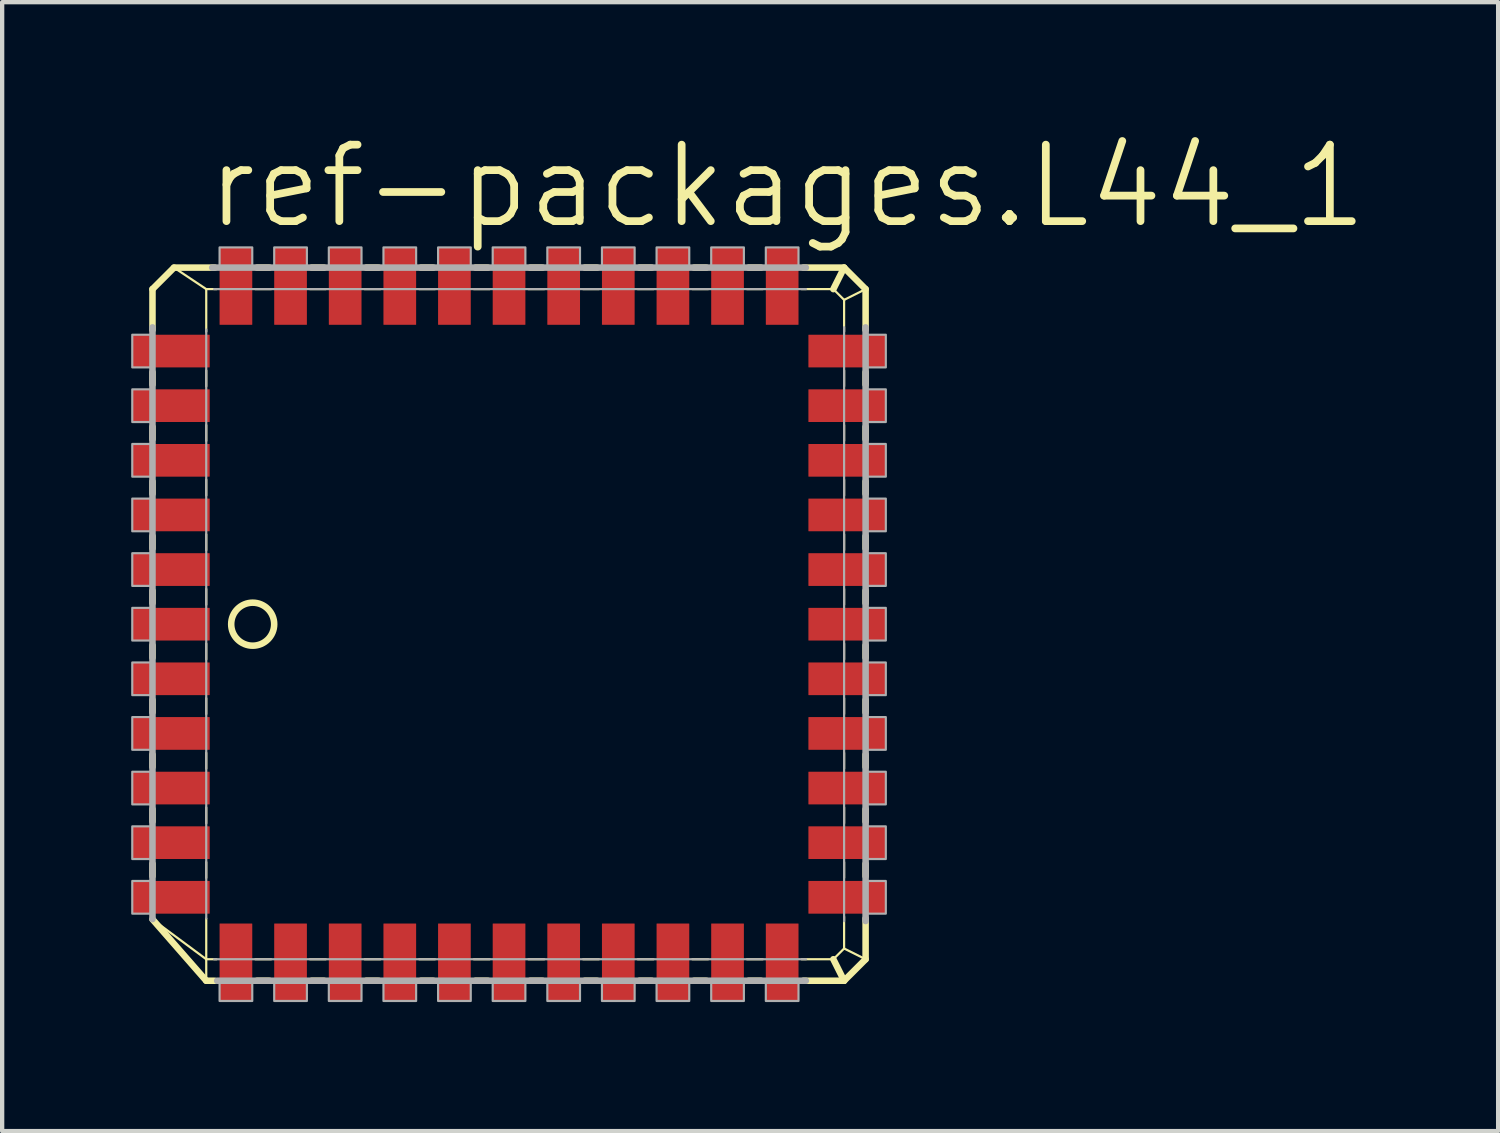
<source format=kicad_pcb>
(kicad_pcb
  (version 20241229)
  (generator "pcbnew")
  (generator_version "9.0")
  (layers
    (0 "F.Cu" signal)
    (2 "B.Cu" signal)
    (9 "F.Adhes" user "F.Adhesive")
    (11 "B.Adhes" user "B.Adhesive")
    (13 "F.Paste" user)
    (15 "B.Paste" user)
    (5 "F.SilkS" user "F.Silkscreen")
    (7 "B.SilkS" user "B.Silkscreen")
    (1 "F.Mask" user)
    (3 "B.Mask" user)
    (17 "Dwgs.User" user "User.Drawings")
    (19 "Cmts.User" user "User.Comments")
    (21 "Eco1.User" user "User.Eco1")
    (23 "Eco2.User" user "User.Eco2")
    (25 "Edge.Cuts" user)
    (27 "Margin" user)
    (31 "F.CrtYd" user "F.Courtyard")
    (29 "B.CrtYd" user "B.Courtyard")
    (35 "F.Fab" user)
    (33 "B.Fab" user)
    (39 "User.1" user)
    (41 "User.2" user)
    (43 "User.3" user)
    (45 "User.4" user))
  (footprint "ref-packages.L44_1"
    (layer "F.Cu")
    (at 8.785 11.462)
    (property "Reference" "ref-packages.L44_1" (at -7.112 -9.144 0) (layer "F.SilkS") (effects (font (size 1.778 1.778) (thickness 0.18)) (justify left bottom)))
    (attr smd)
    (fp_line (start -8.29 -7.79) (end -7.79 -8.29) (stroke (width 0.152) (type default)) (layer "F.SilkS"))
    (fp_line (start -8.29 -6.841) (end -8.29 -7.79) (stroke (width 0.152) (type default)) (layer "F.SilkS"))
    (fp_line (start -8.29 -5.571) (end -8.29 -5.859) (stroke (width 0.152) (type default)) (layer "F.SilkS"))
    (fp_line (start -8.29 -4.301) (end -8.29 -4.589) (stroke (width 0.152) (type default)) (layer "F.SilkS"))
    (fp_line (start -8.29 -3.031) (end -8.29 -3.319) (stroke (width 0.152) (type default)) (layer "F.SilkS"))
    (fp_line (start -8.29 -1.761) (end -8.29 -2.049) (stroke (width 0.152) (type default)) (layer "F.SilkS"))
    (fp_line (start -8.29 -0.491) (end -8.29 -0.779) (stroke (width 0.152) (type default)) (layer "F.SilkS"))
    (fp_line (start -8.29 0.779) (end -8.29 0.491) (stroke (width 0.152) (type default)) (layer "F.SilkS"))
    (fp_line (start -8.29 2.049) (end -8.29 1.761) (stroke (width 0.152) (type default)) (layer "F.SilkS"))
    (fp_line (start -8.29 3.319) (end -8.29 3.031) (stroke (width 0.152) (type default)) (layer "F.SilkS"))
    (fp_line (start -8.29 4.589) (end -8.29 4.301) (stroke (width 0.152) (type default)) (layer "F.SilkS"))
    (fp_line (start -8.29 5.859) (end -8.29 5.571) (stroke (width 0.152) (type default)) (layer "F.SilkS"))
    (fp_line (start -7.79 -8.29) (end -7.04 -7.79) (stroke (width 0.051) (type default)) (layer "F.SilkS"))
    (fp_line (start -7.79 -8.29) (end -6.841 -8.29) (stroke (width 0.152) (type default)) (layer "F.SilkS"))
    (fp_line (start -7.04 -7.79) (end -6.801 -7.79) (stroke (width 0.051) (type default)) (layer "F.SilkS"))
    (fp_line (start -7.04 -6.801) (end -7.04 -7.79) (stroke (width 0.051) (type default)) (layer "F.SilkS"))
    (fp_line (start -7.04 -5.531) (end -7.04 -5.899) (stroke (width 0.051) (type default)) (layer "F.SilkS"))
    (fp_line (start -7.04 -4.261) (end -7.04 -4.629) (stroke (width 0.051) (type default)) (layer "F.SilkS"))
    (fp_line (start -7.04 -2.991) (end -7.04 -3.359) (stroke (width 0.051) (type default)) (layer "F.SilkS"))
    (fp_line (start -7.04 -1.721) (end -7.04 -2.089) (stroke (width 0.051) (type default)) (layer "F.SilkS"))
    (fp_line (start -7.04 -0.451) (end -7.04 -0.819) (stroke (width 0.051) (type default)) (layer "F.SilkS"))
    (fp_line (start -7.04 0.819) (end -7.04 0.451) (stroke (width 0.051) (type default)) (layer "F.SilkS"))
    (fp_line (start -7.04 2.089) (end -7.04 1.721) (stroke (width 0.051) (type default)) (layer "F.SilkS"))
    (fp_line (start -7.04 3.359) (end -7.04 2.991) (stroke (width 0.051) (type default)) (layer "F.SilkS"))
    (fp_line (start -7.04 4.629) (end -7.04 4.261) (stroke (width 0.051) (type default)) (layer "F.SilkS"))
    (fp_line (start -7.04 5.899) (end -7.04 5.531) (stroke (width 0.051) (type default)) (layer "F.SilkS"))
    (fp_line (start -7.04 7.79) (end -8.279 6.872) (stroke (width 0.051) (type default)) (layer "F.SilkS"))
    (fp_line (start -7.04 7.79) (end -7.04 6.841) (stroke (width 0.051) (type default)) (layer "F.SilkS"))
    (fp_line (start -7.04 8.29) (end -8.29 6.861) (stroke (width 0.152) (type default)) (layer "F.SilkS"))
    (fp_line (start -7.04 8.29) (end -7.04 7.79) (stroke (width 0.051) (type default)) (layer "F.SilkS"))
    (fp_line (start -6.841 8.29) (end -7.04 8.29) (stroke (width 0.152) (type default)) (layer "F.SilkS"))
    (fp_line (start -6.801 7.79) (end -7.04 7.79) (stroke (width 0.051) (type default)) (layer "F.SilkS"))
    (fp_line (start -5.899 -7.79) (end -5.531 -7.79) (stroke (width 0.051) (type default)) (layer "F.SilkS"))
    (fp_line (start -5.859 -8.29) (end -5.571 -8.29) (stroke (width 0.152) (type default)) (layer "F.SilkS"))
    (fp_line (start -5.571 8.29) (end -5.859 8.29) (stroke (width 0.152) (type default)) (layer "F.SilkS"))
    (fp_line (start -5.531 7.79) (end -5.899 7.79) (stroke (width 0.051) (type default)) (layer "F.SilkS"))
    (fp_line (start -4.629 -7.79) (end -4.261 -7.79) (stroke (width 0.051) (type default)) (layer "F.SilkS"))
    (fp_line (start -4.589 -8.29) (end -4.301 -8.29) (stroke (width 0.152) (type default)) (layer "F.SilkS"))
    (fp_line (start -4.301 8.29) (end -4.589 8.29) (stroke (width 0.152) (type default)) (layer "F.SilkS"))
    (fp_line (start -4.261 7.79) (end -4.629 7.79) (stroke (width 0.051) (type default)) (layer "F.SilkS"))
    (fp_line (start -3.359 -7.79) (end -2.991 -7.79) (stroke (width 0.051) (type default)) (layer "F.SilkS"))
    (fp_line (start -3.319 -8.29) (end -3.031 -8.29) (stroke (width 0.152) (type default)) (layer "F.SilkS"))
    (fp_line (start -3.031 8.29) (end -3.319 8.29) (stroke (width 0.152) (type default)) (layer "F.SilkS"))
    (fp_line (start -2.991 7.79) (end -3.359 7.79) (stroke (width 0.051) (type default)) (layer "F.SilkS"))
    (fp_line (start -2.089 -7.79) (end -1.721 -7.79) (stroke (width 0.051) (type default)) (layer "F.SilkS"))
    (fp_line (start -2.049 -8.29) (end -1.761 -8.29) (stroke (width 0.152) (type default)) (layer "F.SilkS"))
    (fp_line (start -1.761 8.29) (end -2.049 8.29) (stroke (width 0.152) (type default)) (layer "F.SilkS"))
    (fp_line (start -1.721 7.79) (end -2.089 7.79) (stroke (width 0.051) (type default)) (layer "F.SilkS"))
    (fp_line (start -0.819 -7.79) (end -0.451 -7.79) (stroke (width 0.051) (type default)) (layer "F.SilkS"))
    (fp_line (start -0.779 -8.29) (end -0.491 -8.29) (stroke (width 0.152) (type default)) (layer "F.SilkS"))
    (fp_line (start -0.491 8.29) (end -0.779 8.29) (stroke (width 0.152) (type default)) (layer "F.SilkS"))
    (fp_line (start -0.451 7.79) (end -0.819 7.79) (stroke (width 0.051) (type default)) (layer "F.SilkS"))
    (fp_line (start 0.451 -7.79) (end 0.819 -7.79) (stroke (width 0.051) (type default)) (layer "F.SilkS"))
    (fp_line (start 0.491 -8.29) (end 0.779 -8.29) (stroke (width 0.152) (type default)) (layer "F.SilkS"))
    (fp_line (start 0.779 8.29) (end 0.491 8.29) (stroke (width 0.152) (type default)) (layer "F.SilkS"))
    (fp_line (start 0.819 7.79) (end 0.451 7.79) (stroke (width 0.051) (type default)) (layer "F.SilkS"))
    (fp_line (start 1.721 -7.79) (end 2.089 -7.79) (stroke (width 0.051) (type default)) (layer "F.SilkS"))
    (fp_line (start 1.761 -8.29) (end 2.049 -8.29) (stroke (width 0.152) (type default)) (layer "F.SilkS"))
    (fp_line (start 2.049 8.29) (end 1.761 8.29) (stroke (width 0.152) (type default)) (layer "F.SilkS"))
    (fp_line (start 2.089 7.79) (end 1.721 7.79) (stroke (width 0.051) (type default)) (layer "F.SilkS"))
    (fp_line (start 2.991 -7.79) (end 3.359 -7.79) (stroke (width 0.051) (type default)) (layer "F.SilkS"))
    (fp_line (start 3.031 -8.29) (end 3.319 -8.29) (stroke (width 0.152) (type default)) (layer "F.SilkS"))
    (fp_line (start 3.319 8.29) (end 3.031 8.29) (stroke (width 0.152) (type default)) (layer "F.SilkS"))
    (fp_line (start 3.359 7.79) (end 2.991 7.79) (stroke (width 0.051) (type default)) (layer "F.SilkS"))
    (fp_line (start 4.261 -7.79) (end 4.629 -7.79) (stroke (width 0.051) (type default)) (layer "F.SilkS"))
    (fp_line (start 4.301 -8.29) (end 4.589 -8.29) (stroke (width 0.152) (type default)) (layer "F.SilkS"))
    (fp_line (start 4.589 8.29) (end 4.301 8.29) (stroke (width 0.152) (type default)) (layer "F.SilkS"))
    (fp_line (start 4.629 7.79) (end 4.261 7.79) (stroke (width 0.051) (type default)) (layer "F.SilkS"))
    (fp_line (start 5.531 -7.79) (end 5.899 -7.79) (stroke (width 0.051) (type default)) (layer "F.SilkS"))
    (fp_line (start 5.571 -8.29) (end 5.859 -8.29) (stroke (width 0.152) (type default)) (layer "F.SilkS"))
    (fp_line (start 5.859 8.29) (end 5.571 8.29) (stroke (width 0.152) (type default)) (layer "F.SilkS"))
    (fp_line (start 5.899 7.79) (end 5.531 7.79) (stroke (width 0.051) (type default)) (layer "F.SilkS"))
    (fp_line (start 6.801 -7.79) (end 7.54 -7.79) (stroke (width 0.051) (type default)) (layer "F.SilkS"))
    (fp_line (start 6.841 -8.29) (end 7.79 -8.29) (stroke (width 0.152) (type default)) (layer "F.SilkS"))
    (fp_line (start 7.54 -7.79) (end 7.79 -8.29) (stroke (width 0.152) (type default)) (layer "F.SilkS"))
    (fp_line (start 7.54 -7.79) (end 7.79 -7.54) (stroke (width 0.051) (type default)) (layer "F.SilkS"))
    (fp_line (start 7.54 7.79) (end 6.801 7.79) (stroke (width 0.051) (type default)) (layer "F.SilkS"))
    (fp_line (start 7.79 -8.29) (end 8.29 -7.79) (stroke (width 0.152) (type default)) (layer "F.SilkS"))
    (fp_line (start 7.79 -7.54) (end 7.79 -6.801) (stroke (width 0.051) (type default)) (layer "F.SilkS"))
    (fp_line (start 7.79 -7.54) (end 8.29 -7.79) (stroke (width 0.051) (type default)) (layer "F.SilkS"))
    (fp_line (start 7.79 -5.899) (end 7.79 -5.531) (stroke (width 0.051) (type default)) (layer "F.SilkS"))
    (fp_line (start 7.79 -4.629) (end 7.79 -4.261) (stroke (width 0.051) (type default)) (layer "F.SilkS"))
    (fp_line (start 7.79 -3.359) (end 7.79 -2.991) (stroke (width 0.051) (type default)) (layer "F.SilkS"))
    (fp_line (start 7.79 -2.089) (end 7.79 -1.721) (stroke (width 0.051) (type default)) (layer "F.SilkS"))
    (fp_line (start 7.79 -0.819) (end 7.79 -0.451) (stroke (width 0.051) (type default)) (layer "F.SilkS"))
    (fp_line (start 7.79 0.451) (end 7.79 0.819) (stroke (width 0.051) (type default)) (layer "F.SilkS"))
    (fp_line (start 7.79 1.721) (end 7.79 2.089) (stroke (width 0.051) (type default)) (layer "F.SilkS"))
    (fp_line (start 7.79 2.991) (end 7.79 3.359) (stroke (width 0.051) (type default)) (layer "F.SilkS"))
    (fp_line (start 7.79 4.261) (end 7.79 4.629) (stroke (width 0.051) (type default)) (layer "F.SilkS"))
    (fp_line (start 7.79 5.531) (end 7.79 5.899) (stroke (width 0.051) (type default)) (layer "F.SilkS"))
    (fp_line (start 7.79 6.801) (end 7.79 7.54) (stroke (width 0.051) (type default)) (layer "F.SilkS"))
    (fp_line (start 7.79 7.54) (end 7.54 7.79) (stroke (width 0.051) (type default)) (layer "F.SilkS"))
    (fp_line (start 7.79 8.29) (end 6.841 8.29) (stroke (width 0.152) (type default)) (layer "F.SilkS"))
    (fp_line (start 7.79 8.29) (end 7.54 7.79) (stroke (width 0.152) (type default)) (layer "F.SilkS"))
    (fp_line (start 8.29 -7.79) (end 8.29 -6.841) (stroke (width 0.152) (type default)) (layer "F.SilkS"))
    (fp_line (start 8.29 -5.859) (end 8.29 -5.571) (stroke (width 0.152) (type default)) (layer "F.SilkS"))
    (fp_line (start 8.29 -4.589) (end 8.29 -4.301) (stroke (width 0.152) (type default)) (layer "F.SilkS"))
    (fp_line (start 8.29 -3.319) (end 8.29 -3.031) (stroke (width 0.152) (type default)) (layer "F.SilkS"))
    (fp_line (start 8.29 -2.049) (end 8.29 -1.761) (stroke (width 0.152) (type default)) (layer "F.SilkS"))
    (fp_line (start 8.29 -0.779) (end 8.29 -0.491) (stroke (width 0.152) (type default)) (layer "F.SilkS"))
    (fp_line (start 8.29 0.491) (end 8.29 0.779) (stroke (width 0.152) (type default)) (layer "F.SilkS"))
    (fp_line (start 8.29 1.761) (end 8.29 2.049) (stroke (width 0.152) (type default)) (layer "F.SilkS"))
    (fp_line (start 8.29 3.031) (end 8.29 3.319) (stroke (width 0.152) (type default)) (layer "F.SilkS"))
    (fp_line (start 8.29 4.301) (end 8.29 4.589) (stroke (width 0.152) (type default)) (layer "F.SilkS"))
    (fp_line (start 8.29 5.571) (end 8.29 5.859) (stroke (width 0.152) (type default)) (layer "F.SilkS"))
    (fp_line (start 8.29 6.841) (end 8.29 7.79) (stroke (width 0.152) (type default)) (layer "F.SilkS"))
    (fp_line (start 8.29 7.79) (end 7.79 7.54) (stroke (width 0.051) (type default)) (layer "F.SilkS"))
    (fp_line (start 8.29 7.79) (end 7.79 8.29) (stroke (width 0.152) (type default)) (layer "F.SilkS"))
    (fp_circle (center -5.96 0) (end -5.46 0) (stroke (width 0.152) (type default)) (fill no) (layer "F.SilkS"))
    (fp_line (start -8.29 6.857) (end -8.29 -6.901) (stroke (width 0.152) (type default)) (layer "F.Fab"))
    (fp_line (start -7.04 6.84) (end -7.04 -6.85) (stroke (width 0.051) (type default)) (layer "F.Fab"))
    (fp_line (start -6.901 -8.29) (end 6.901 -8.29) (stroke (width 0.152) (type default)) (layer "F.Fab"))
    (fp_line (start -6.858 -7.79) (end 6.905 -7.79) (stroke (width 0.051) (type default)) (layer "F.Fab"))
    (fp_line (start 6.901 8.29) (end -6.786 8.29) (stroke (width 0.152) (type default)) (layer "F.Fab"))
    (fp_line (start 6.905 7.79) (end -6.858 7.79) (stroke (width 0.051) (type default)) (layer "F.Fab"))
    (fp_line (start 7.79 -6.905) (end 7.79 6.905) (stroke (width 0.051) (type default)) (layer "F.Fab"))
    (fp_line (start 8.29 -6.901) (end 8.29 6.901) (stroke (width 0.152) (type default)) (layer "F.Fab"))
    (fp_rect (start -8.76 -5.97) (end -8.29 -6.73) (stroke (width 0.05) (type default)) (fill no) (layer "F.Fab"))
    (fp_rect (start -8.76 -4.7) (end -8.29 -5.46) (stroke (width 0.05) (type default)) (fill no) (layer "F.Fab"))
    (fp_rect (start -8.76 -3.43) (end -8.29 -4.19) (stroke (width 0.05) (type default)) (fill no) (layer "F.Fab"))
    (fp_rect (start -8.76 -2.16) (end -8.29 -2.92) (stroke (width 0.05) (type default)) (fill no) (layer "F.Fab"))
    (fp_rect (start -8.76 -0.89) (end -8.29 -1.65) (stroke (width 0.05) (type default)) (fill no) (layer "F.Fab"))
    (fp_rect (start -8.76 0.38) (end -8.29 -0.38) (stroke (width 0.05) (type default)) (fill no) (layer "F.Fab"))
    (fp_rect (start -8.76 1.65) (end -8.29 0.89) (stroke (width 0.05) (type default)) (fill no) (layer "F.Fab"))
    (fp_rect (start -8.76 2.92) (end -8.29 2.16) (stroke (width 0.05) (type default)) (fill no) (layer "F.Fab"))
    (fp_rect (start -8.76 4.19) (end -8.29 3.43) (stroke (width 0.05) (type default)) (fill no) (layer "F.Fab"))
    (fp_rect (start -8.76 5.46) (end -8.29 4.7) (stroke (width 0.05) (type default)) (fill no) (layer "F.Fab"))
    (fp_rect (start -8.76 6.73) (end -8.29 5.97) (stroke (width 0.05) (type default)) (fill no) (layer "F.Fab"))
    (fp_rect (start -6.73 -8.29) (end -5.97 -8.76) (stroke (width 0.05) (type default)) (fill no) (layer "F.Fab"))
    (fp_rect (start -6.73 8.76) (end -5.97 8.29) (stroke (width 0.05) (type default)) (fill no) (layer "F.Fab"))
    (fp_rect (start -5.46 -8.29) (end -4.7 -8.76) (stroke (width 0.05) (type default)) (fill no) (layer "F.Fab"))
    (fp_rect (start -5.46 8.76) (end -4.7 8.29) (stroke (width 0.05) (type default)) (fill no) (layer "F.Fab"))
    (fp_rect (start -4.19 -8.29) (end -3.43 -8.76) (stroke (width 0.05) (type default)) (fill no) (layer "F.Fab"))
    (fp_rect (start -4.19 8.76) (end -3.43 8.29) (stroke (width 0.05) (type default)) (fill no) (layer "F.Fab"))
    (fp_rect (start -2.92 -8.29) (end -2.16 -8.76) (stroke (width 0.05) (type default)) (fill no) (layer "F.Fab"))
    (fp_rect (start -2.92 8.76) (end -2.16 8.29) (stroke (width 0.05) (type default)) (fill no) (layer "F.Fab"))
    (fp_rect (start -1.65 -8.29) (end -0.89 -8.76) (stroke (width 0.05) (type default)) (fill no) (layer "F.Fab"))
    (fp_rect (start -1.65 8.76) (end -0.89 8.29) (stroke (width 0.05) (type default)) (fill no) (layer "F.Fab"))
    (fp_rect (start -0.38 -8.29) (end 0.38 -8.76) (stroke (width 0.05) (type default)) (fill no) (layer "F.Fab"))
    (fp_rect (start -0.38 8.76) (end 0.38 8.29) (stroke (width 0.05) (type default)) (fill no) (layer "F.Fab"))
    (fp_rect (start 0.89 -8.29) (end 1.65 -8.76) (stroke (width 0.05) (type default)) (fill no) (layer "F.Fab"))
    (fp_rect (start 0.89 8.76) (end 1.65 8.29) (stroke (width 0.05) (type default)) (fill no) (layer "F.Fab"))
    (fp_rect (start 2.16 -8.29) (end 2.92 -8.76) (stroke (width 0.05) (type default)) (fill no) (layer "F.Fab"))
    (fp_rect (start 2.16 8.76) (end 2.92 8.29) (stroke (width 0.05) (type default)) (fill no) (layer "F.Fab"))
    (fp_rect (start 3.43 -8.29) (end 4.19 -8.76) (stroke (width 0.05) (type default)) (fill no) (layer "F.Fab"))
    (fp_rect (start 3.43 8.76) (end 4.19 8.29) (stroke (width 0.05) (type default)) (fill no) (layer "F.Fab"))
    (fp_rect (start 4.7 -8.29) (end 5.46 -8.76) (stroke (width 0.05) (type default)) (fill no) (layer "F.Fab"))
    (fp_rect (start 4.7 8.76) (end 5.46 8.29) (stroke (width 0.05) (type default)) (fill no) (layer "F.Fab"))
    (fp_rect (start 5.97 -8.29) (end 6.73 -8.76) (stroke (width 0.05) (type default)) (fill no) (layer "F.Fab"))
    (fp_rect (start 5.97 8.76) (end 6.73 8.29) (stroke (width 0.05) (type default)) (fill no) (layer "F.Fab"))
    (fp_rect (start 8.29 -5.97) (end 8.76 -6.73) (stroke (width 0.05) (type default)) (fill no) (layer "F.Fab"))
    (fp_rect (start 8.29 -4.7) (end 8.76 -5.46) (stroke (width 0.05) (type default)) (fill no) (layer "F.Fab"))
    (fp_rect (start 8.29 -3.43) (end 8.76 -4.19) (stroke (width 0.05) (type default)) (fill no) (layer "F.Fab"))
    (fp_rect (start 8.29 -2.16) (end 8.76 -2.92) (stroke (width 0.05) (type default)) (fill no) (layer "F.Fab"))
    (fp_rect (start 8.29 -0.89) (end 8.76 -1.65) (stroke (width 0.05) (type default)) (fill no) (layer "F.Fab"))
    (fp_rect (start 8.29 0.38) (end 8.76 -0.38) (stroke (width 0.05) (type default)) (fill no) (layer "F.Fab"))
    (fp_rect (start 8.29 1.65) (end 8.76 0.89) (stroke (width 0.05) (type default)) (fill no) (layer "F.Fab"))
    (fp_rect (start 8.29 2.92) (end 8.76 2.16) (stroke (width 0.05) (type default)) (fill no) (layer "F.Fab"))
    (fp_rect (start 8.29 4.19) (end 8.76 3.43) (stroke (width 0.05) (type default)) (fill no) (layer "F.Fab"))
    (fp_rect (start 8.29 5.46) (end 8.76 4.7) (stroke (width 0.05) (type default)) (fill no) (layer "F.Fab"))
    (fp_rect (start 8.29 6.73) (end 8.76 5.97) (stroke (width 0.05) (type default)) (fill no) (layer "F.Fab"))
    (pad "1" smd roundrect (at -7.86 0) (size 1.8 0.76) (layers "F.Cu" "F.Mask" "F.Paste") (roundrect_rratio 0.01))
    (pad "2" smd roundrect (at -7.86 1.27) (size 1.8 0.76) (layers "F.Cu" "F.Mask" "F.Paste") (roundrect_rratio 0.01))
    (pad "3" smd roundrect (at -7.86 2.54) (size 1.8 0.76) (layers "F.Cu" "F.Mask" "F.Paste") (roundrect_rratio 0.01))
    (pad "4" smd roundrect (at -7.86 3.81) (size 1.8 0.76) (layers "F.Cu" "F.Mask" "F.Paste") (roundrect_rratio 0.01))
    (pad "5" smd roundrect (at -7.86 5.08) (size 1.8 0.76) (layers "F.Cu" "F.Mask" "F.Paste") (roundrect_rratio 0.01))
    (pad "6" smd roundrect (at -7.86 6.35) (size 1.8 0.76) (layers "F.Cu" "F.Mask" "F.Paste") (roundrect_rratio 0.01))
    (pad "7" smd roundrect (at -6.35 7.86) (size 0.76 1.8) (layers "F.Cu" "F.Mask" "F.Paste") (roundrect_rratio 0.01))
    (pad "8" smd roundrect (at -5.08 7.86) (size 0.76 1.8) (layers "F.Cu" "F.Mask" "F.Paste") (roundrect_rratio 0.01))
    (pad "9" smd roundrect (at -3.81 7.86) (size 0.76 1.8) (layers "F.Cu" "F.Mask" "F.Paste") (roundrect_rratio 0.01))
    (pad "10" smd roundrect (at -2.54 7.86) (size 0.76 1.8) (layers "F.Cu" "F.Mask" "F.Paste") (roundrect_rratio 0.01))
    (pad "11" smd roundrect (at -1.27 7.86) (size 0.76 1.8) (layers "F.Cu" "F.Mask" "F.Paste") (roundrect_rratio 0.01))
    (pad "12" smd roundrect (at 0 7.86) (size 0.76 1.8) (layers "F.Cu" "F.Mask" "F.Paste") (roundrect_rratio 0.01))
    (pad "13" smd roundrect (at 1.27 7.86) (size 0.76 1.8) (layers "F.Cu" "F.Mask" "F.Paste") (roundrect_rratio 0.01))
    (pad "14" smd roundrect (at 2.54 7.86) (size 0.76 1.8) (layers "F.Cu" "F.Mask" "F.Paste") (roundrect_rratio 0.01))
    (pad "15" smd roundrect (at 3.81 7.86) (size 0.76 1.8) (layers "F.Cu" "F.Mask" "F.Paste") (roundrect_rratio 0.01))
    (pad "16" smd roundrect (at 5.08 7.86) (size 0.76 1.8) (layers "F.Cu" "F.Mask" "F.Paste") (roundrect_rratio 0.01))
    (pad "17" smd roundrect (at 6.35 7.86) (size 0.76 1.8) (layers "F.Cu" "F.Mask" "F.Paste") (roundrect_rratio 0.01))
    (pad "18" smd roundrect (at 7.86 6.35) (size 1.8 0.76) (layers "F.Cu" "F.Mask" "F.Paste") (roundrect_rratio 0.01))
    (pad "19" smd roundrect (at 7.86 5.08) (size 1.8 0.76) (layers "F.Cu" "F.Mask" "F.Paste") (roundrect_rratio 0.01))
    (pad "20" smd roundrect (at 7.86 3.81) (size 1.8 0.76) (layers "F.Cu" "F.Mask" "F.Paste") (roundrect_rratio 0.01))
    (pad "21" smd roundrect (at 7.86 2.54) (size 1.8 0.76) (layers "F.Cu" "F.Mask" "F.Paste") (roundrect_rratio 0.01))
    (pad "22" smd roundrect (at 7.86 1.27) (size 1.8 0.76) (layers "F.Cu" "F.Mask" "F.Paste") (roundrect_rratio 0.01))
    (pad "23" smd roundrect (at 7.86 0) (size 1.8 0.76) (layers "F.Cu" "F.Mask" "F.Paste") (roundrect_rratio 0.01))
    (pad "24" smd roundrect (at 7.86 -1.27) (size 1.8 0.76) (layers "F.Cu" "F.Mask" "F.Paste") (roundrect_rratio 0.01))
    (pad "25" smd roundrect (at 7.86 -2.54) (size 1.8 0.76) (layers "F.Cu" "F.Mask" "F.Paste") (roundrect_rratio 0.01))
    (pad "26" smd roundrect (at 7.86 -3.81) (size 1.8 0.76) (layers "F.Cu" "F.Mask" "F.Paste") (roundrect_rratio 0.01))
    (pad "27" smd roundrect (at 7.86 -5.08) (size 1.8 0.76) (layers "F.Cu" "F.Mask" "F.Paste") (roundrect_rratio 0.01))
    (pad "28" smd roundrect (at 7.86 -6.35) (size 1.8 0.76) (layers "F.Cu" "F.Mask" "F.Paste") (roundrect_rratio 0.01))
    (pad "29" smd roundrect (at 6.35 -7.86) (size 0.76 1.8) (layers "F.Cu" "F.Mask" "F.Paste") (roundrect_rratio 0.01))
    (pad "30" smd roundrect (at 5.08 -7.86) (size 0.76 1.8) (layers "F.Cu" "F.Mask" "F.Paste") (roundrect_rratio 0.01))
    (pad "31" smd roundrect (at 3.81 -7.86) (size 0.76 1.8) (layers "F.Cu" "F.Mask" "F.Paste") (roundrect_rratio 0.01))
    (pad "32" smd roundrect (at 2.54 -7.86) (size 0.76 1.8) (layers "F.Cu" "F.Mask" "F.Paste") (roundrect_rratio 0.01))
    (pad "33" smd roundrect (at 1.27 -7.86) (size 0.76 1.8) (layers "F.Cu" "F.Mask" "F.Paste") (roundrect_rratio 0.01))
    (pad "34" smd roundrect (at 0 -7.86) (size 0.76 1.8) (layers "F.Cu" "F.Mask" "F.Paste") (roundrect_rratio 0.01))
    (pad "35" smd roundrect (at -1.27 -7.86) (size 0.76 1.8) (layers "F.Cu" "F.Mask" "F.Paste") (roundrect_rratio 0.01))
    (pad "36" smd roundrect (at -2.54 -7.86) (size 0.76 1.8) (layers "F.Cu" "F.Mask" "F.Paste") (roundrect_rratio 0.01))
    (pad "37" smd roundrect (at -3.81 -7.86) (size 0.76 1.8) (layers "F.Cu" "F.Mask" "F.Paste") (roundrect_rratio 0.01))
    (pad "38" smd roundrect (at -5.08 -7.86) (size 0.76 1.8) (layers "F.Cu" "F.Mask" "F.Paste") (roundrect_rratio 0.01))
    (pad "39" smd roundrect (at -6.35 -7.86) (size 0.76 1.8) (layers "F.Cu" "F.Mask" "F.Paste") (roundrect_rratio 0.01))
    (pad "40" smd roundrect (at -7.86 -6.35) (size 1.8 0.76) (layers "F.Cu" "F.Mask" "F.Paste") (roundrect_rratio 0.01))
    (pad "41" smd roundrect (at -7.86 -5.08) (size 1.8 0.76) (layers "F.Cu" "F.Mask" "F.Paste") (roundrect_rratio 0.01))
    (pad "42" smd roundrect (at -7.86 -3.81) (size 1.8 0.76) (layers "F.Cu" "F.Mask" "F.Paste") (roundrect_rratio 0.01))
    (pad "43" smd roundrect (at -7.86 -2.54) (size 1.8 0.76) (layers "F.Cu" "F.Mask" "F.Paste") (roundrect_rratio 0.01))
    (pad "44" smd roundrect (at -7.86 -1.27) (size 1.8 0.76) (layers "F.Cu" "F.Mask" "F.Paste") (roundrect_rratio 0.01)))
  (gr_rect
    (start -3 -3)
    (end 31.781 23.247)
    (stroke (width 0.1) (type default))
    (fill no)
    (layer "Edge.Cuts")))
</source>
